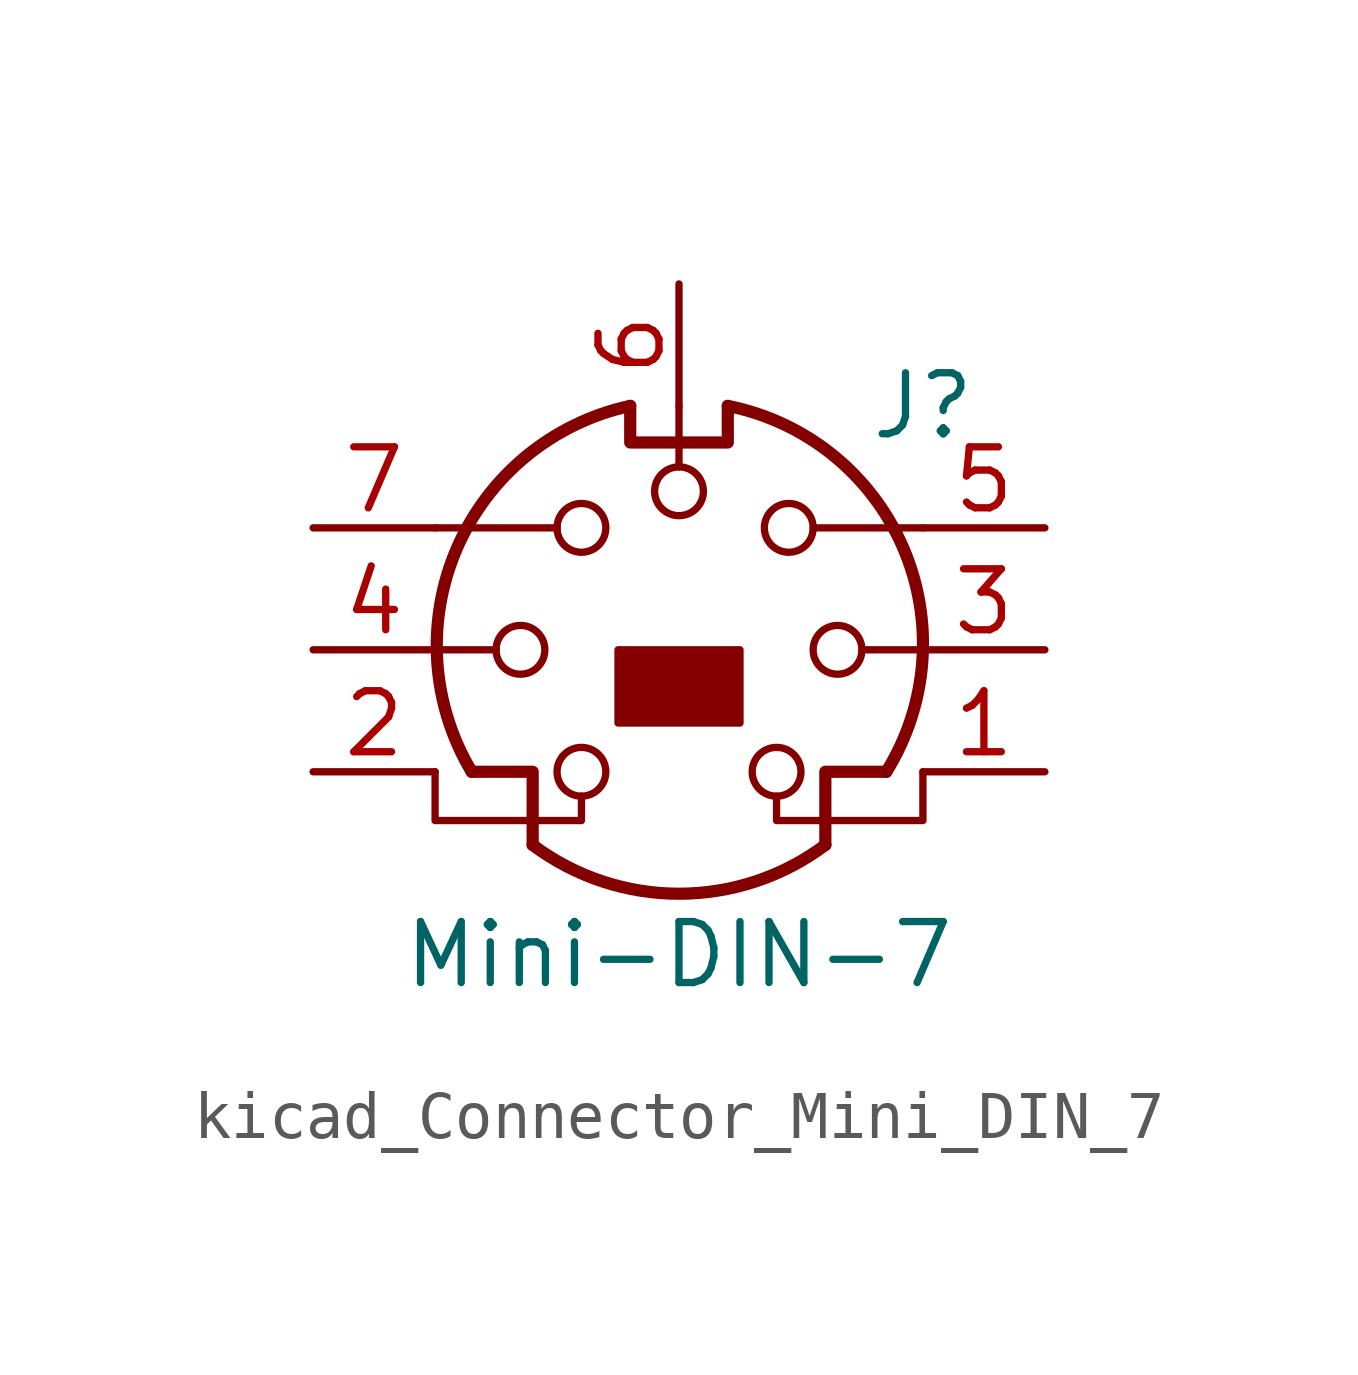
<source format=kicad_sym>
(kicad_symbol_lib
  (version 20220914)
  (generator kicad_symbol_editor)
  (symbol "kicad_Connector_Mini_DIN_7"
    (pin_names
      (offset 1.016))
    (property "Reference" "J"
      (at 5.08 5.08 0)
      (effects (font (size 1.27 1.27))))
    (property "Value" "Mini-DIN-7"
      (at 0 -6.35 0)
      (effects (font (size 1.27 1.27))))
    (symbol "kicad_Connector_Mini_DIN_7_0_1"
      (circle (center -3.302 0) (radius 0.508) (stroke (width 0) (type default)) (fill (type none)))
      (arc (start -3.048 -4.064) (mid 0 -5.08) (end 3.048 -4.064) (stroke (width 0.254) (type default)) (fill (type none)))
      (circle (center -2.032 -2.54) (radius 0.508) (stroke (width 0) (type default)) (fill (type none)))
      (circle (center -2.032 2.54) (radius 0.508) (stroke (width 0) (type default)) (fill (type none)))
      (arc (start -1.016 5.08) (mid -4.6228 2.1214) (end -4.318 -2.54) (stroke (width 0.254) (type default)) (fill (type none)))
      (polyline (pts (xy -3.81 0) (xy -5.08 0)) (stroke (width 0) (type default)) (fill (type none)))
      (polyline (pts (xy -2.54 2.54) (xy -5.08 2.54)) (stroke (width 0) (type default)) (fill (type none)))
      (polyline (pts (xy 0 3.81) (xy 0 5.08)) (stroke (width 0) (type default)) (fill (type none)))
      (polyline (pts (xy 2.794 2.54) (xy 5.08 2.54)) (stroke (width 0) (type default)) (fill (type none)))
      (polyline (pts (xy 5.08 0) (xy 3.81 0)) (stroke (width 0) (type default)) (fill (type none)))
      (polyline (pts (xy -4.318 -2.54) (xy -3.048 -2.54) (xy -3.048 -4.064)) (stroke (width 0.254) (type default)) (fill (type none)))
      (polyline (pts (xy 4.318 -2.54) (xy 3.048 -2.54) (xy 3.048 -4.064)) (stroke (width 0.254) (type default)) (fill (type none)))
      (polyline (pts (xy -2.032 -3.048) (xy -2.032 -3.556) (xy -5.08 -3.556) (xy -5.08 -2.54)) (stroke (width 0) (type default)) (fill (type none)))
      (polyline (pts (xy -1.016 5.08) (xy -1.016 4.318) (xy 1.016 4.318) (xy 1.016 5.08)) (stroke (width 0.254) (type default)) (fill (type none)))
      (polyline (pts (xy 2.032 -3.048) (xy 2.032 -3.556) (xy 5.08 -3.556) (xy 5.08 -2.54)) (stroke (width 0) (type default)) (fill (type none)))
      (circle (center 0 3.302) (radius 0.508) (stroke (width 0) (type default)) (fill (type none)))
      (circle (center 2.032 -2.54) (radius 0.508) (stroke (width 0) (type default)) (fill (type none)))
      (circle (center 2.286 2.54) (radius 0.508) (stroke (width 0) (type default)) (fill (type none)))
      (circle (center 3.302 0) (radius 0.508) (stroke (width 0) (type default)) (fill (type none)))
      (arc (start 4.318 -2.54) (mid 4.6661 2.1322) (end 1.016 5.08) (stroke (width 0.254) (type default)) (fill (type none))))
    (symbol "kicad_Connector_Mini_DIN_7_1_1"
      (rectangle (start -1.27 -1.524) (end 1.27 0) (stroke (width 0) (type default)) (fill (type outline)))
      (pin passive line (at 7.62 -2.54 180) (length 2.54) (name "~" (effects (font (size 1.27 1.27)))) (number "1" (effects (font (size 1.27 1.27)))))
      (pin passive line (at -7.62 -2.54 0) (length 2.54) (name "~" (effects (font (size 1.27 1.27)))) (number "2" (effects (font (size 1.27 1.27)))))
      (pin passive line (at 7.62 0 180) (length 2.54) (name "~" (effects (font (size 1.27 1.27)))) (number "3" (effects (font (size 1.27 1.27)))))
      (pin passive line (at -7.62 0 0) (length 2.54) (name "~" (effects (font (size 1.27 1.27)))) (number "4" (effects (font (size 1.27 1.27)))))
      (pin passive line (at 7.62 2.54 180) (length 2.54) (name "~" (effects (font (size 1.27 1.27)))) (number "5" (effects (font (size 1.27 1.27)))))
      (pin passive line (at 0 7.62 270) (length 2.54) (name "~" (effects (font (size 1.27 1.27)))) (number "6" (effects (font (size 1.27 1.27)))))
      (pin passive line (at -7.62 2.54 0) (length 2.54) (name "~" (effects (font (size 1.27 1.27)))) (number "7" (effects (font (size 1.27 1.27))))))))
</source>
